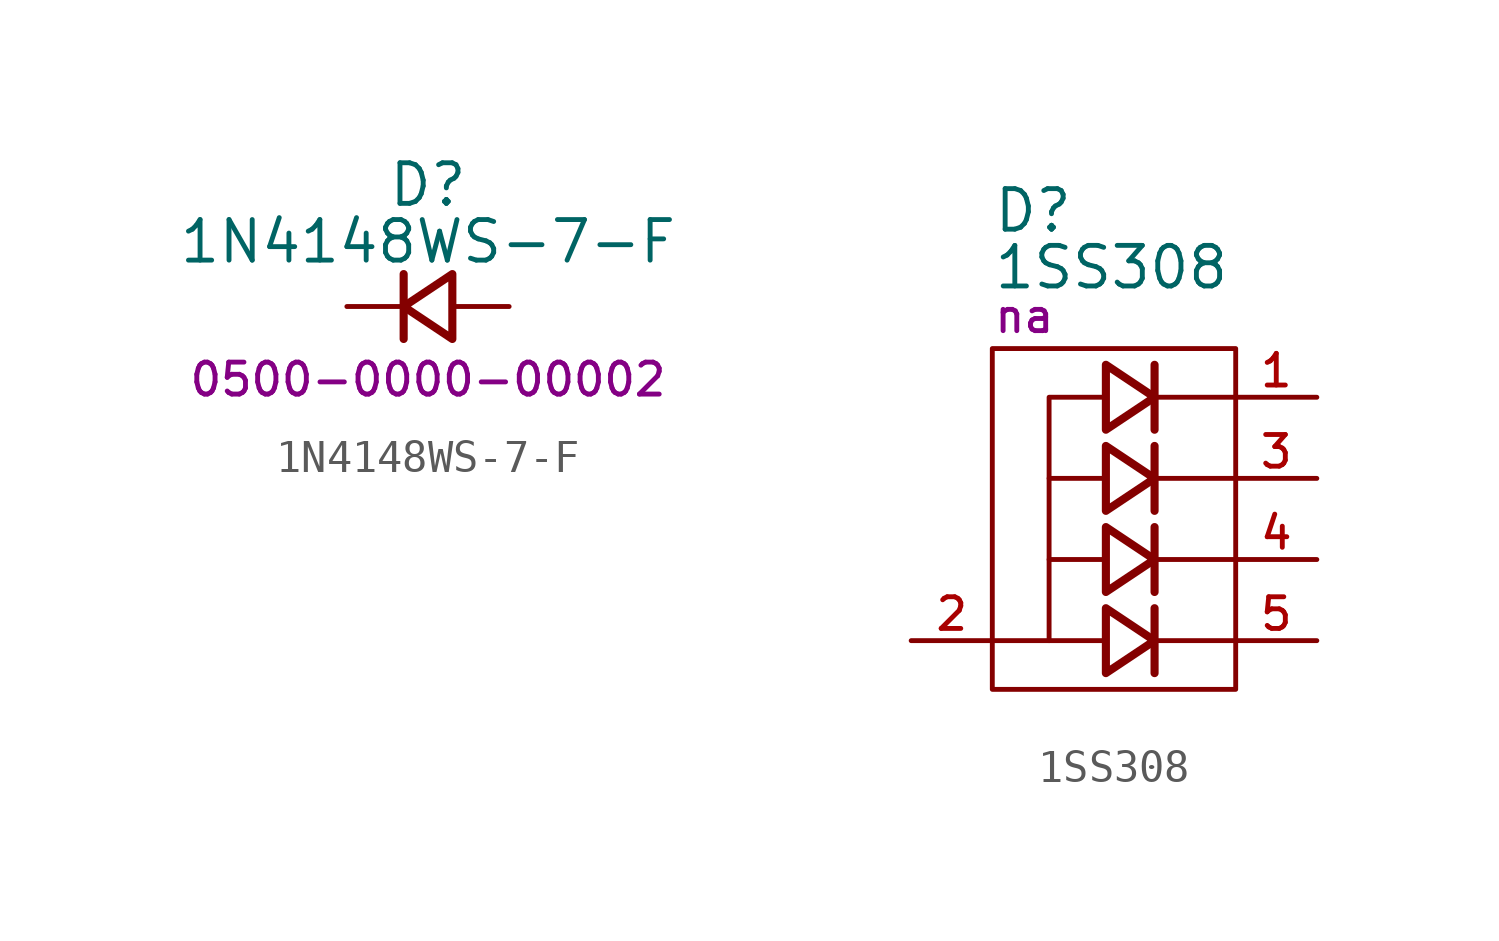
<source format=kicad_sym>
(kicad_symbol_lib
  (version 20231120)
  (generator "kicad_symbol_editor")
  (generator_version "8.0")
  (symbol "1N4148WS-7-F"
    (property "Reference" "D"
      (at 0 3.81 0)
      (effects (font (size 1.27 1.27))))
    (property "Value" "1N4148WS-7-F"
      (at 0 2.032 0)
      (effects (font (size 1.27 1.27))))
    (property "PartNumber" "0500-0000-00002"
      (at 0 -2.286 0)
      (effects (font (size 1 1))))
    (symbol "1N4148WS-7-F_0_1"
      (polyline (pts (xy -0.762 -1.016) (xy -0.762 1.016)) (stroke (width 0.254) (type default)) (fill (type none)))
      (polyline (pts (xy 0.762 -1.016) (xy -0.762 0) (xy 0.762 1.016) (xy 0.762 -1.016)) (stroke (width 0.254) (type default)) (fill (type none))))
    (symbol "1N4148WS-7-F_1_1"
      (pin passive line (at -2.54 0 0) (length 1.778) (name "K" (effects (font (size 0 0)))) (number "1" (effects (font (size 0 0)))))
      (pin passive line (at 2.54 0 180) (length 1.778) (name "A" (effects (font (size 0 0)))) (number "2" (effects (font (size 0 0)))))))
  (symbol "1SS308"
    (pin_names hide)
    (property "Reference" "D"
      (at 0 3.302 0)
      (effects (font (size 1.27 1.27)) (justify left)))
    (property "Value" "1SS308"
      (at 0 1.524 0)
      (effects (font (size 1.27 1.27)) (justify left)))
    (property "PartNumber" "na"
      (at 0 0 0)
      (effects (font (size 1 1)) (justify left)))
    (symbol "1SS308_0_0"
      (pin passive line (at 10.16 -2.54 180) (length 2.54) (name "C1" (effects (font (size 1.27 1.27)))) (number "1" (effects (font (size 0.991 0.991)))))
      (pin passive line (at -2.54 -10.16 0) (length 2.54) (name "AN" (effects (font (size 1.27 1.27)))) (number "2" (effects (font (size 0.991 0.991)))))
      (pin passive line (at 10.16 -5.08 180) (length 2.54) (name "C2" (effects (font (size 1.27 1.27)))) (number "3" (effects (font (size 0.991 0.991)))))
      (pin passive line (at 10.16 -7.62 180) (length 2.54) (name "C3" (effects (font (size 1.27 1.27)))) (number "4" (effects (font (size 0.991 0.991)))))
      (pin passive line (at 10.16 -10.16 180) (length 2.54) (name "C4" (effects (font (size 1.27 1.27)))) (number "5" (effects (font (size 0.991 0.991))))))
    (symbol "1SS308_0_1"
      (rectangle (start 0 -1.016) (end 7.62 -11.684) (stroke (width 0) (type default)) (fill (type none)))
      (polyline (pts (xy 0 -10.16) (xy 1.778 -10.16)) (stroke (width 0) (type default)) (fill (type none)))
      (polyline (pts (xy 3.556 -7.62) (xy 1.778 -7.62)) (stroke (width 0) (type default)) (fill (type none)))
      (polyline (pts (xy 3.556 -5.08) (xy 1.778 -5.08)) (stroke (width 0) (type default)) (fill (type none)))
      (polyline (pts (xy 5.08 -11.176) (xy 5.08 -9.144)) (stroke (width 0.254) (type default)) (fill (type none)))
      (polyline (pts (xy 5.08 -10.16) (xy 7.62 -10.16)) (stroke (width 0) (type default)) (fill (type none)))
      (polyline (pts (xy 5.08 -8.636) (xy 5.08 -6.604)) (stroke (width 0.254) (type default)) (fill (type none)))
      (polyline (pts (xy 5.08 -7.62) (xy 7.62 -7.62)) (stroke (width 0) (type default)) (fill (type none)))
      (polyline (pts (xy 5.08 -6.096) (xy 5.08 -4.064)) (stroke (width 0.254) (type default)) (fill (type none)))
      (polyline (pts (xy 5.08 -5.08) (xy 7.62 -5.08)) (stroke (width 0) (type default)) (fill (type none)))
      (polyline (pts (xy 5.08 -3.556) (xy 5.08 -1.524)) (stroke (width 0.254) (type default)) (fill (type none)))
      (polyline (pts (xy 5.08 -2.54) (xy 7.62 -2.54)) (stroke (width 0) (type default)) (fill (type none)))
      (polyline (pts (xy 3.556 -11.176) (xy 5.08 -10.16) (xy 3.556 -9.144) (xy 3.556 -11.176)) (stroke (width 0.254) (type default)) (fill (type none)))
      (polyline (pts (xy 3.556 -8.636) (xy 5.08 -7.62) (xy 3.556 -6.604) (xy 3.556 -8.636)) (stroke (width 0.254) (type default)) (fill (type none)))
      (polyline (pts (xy 3.556 -6.096) (xy 5.08 -5.08) (xy 3.556 -4.064) (xy 3.556 -6.096)) (stroke (width 0.254) (type default)) (fill (type none)))
      (polyline (pts (xy 3.556 -3.556) (xy 5.08 -2.54) (xy 3.556 -1.524) (xy 3.556 -3.556)) (stroke (width 0.254) (type default)) (fill (type none)))
      (polyline (pts (xy 3.556 -2.54) (xy 1.778 -2.54) (xy 1.778 -10.16) (xy 3.556 -10.16)) (stroke (width 0) (type default)) (fill (type none))))))
</source>
